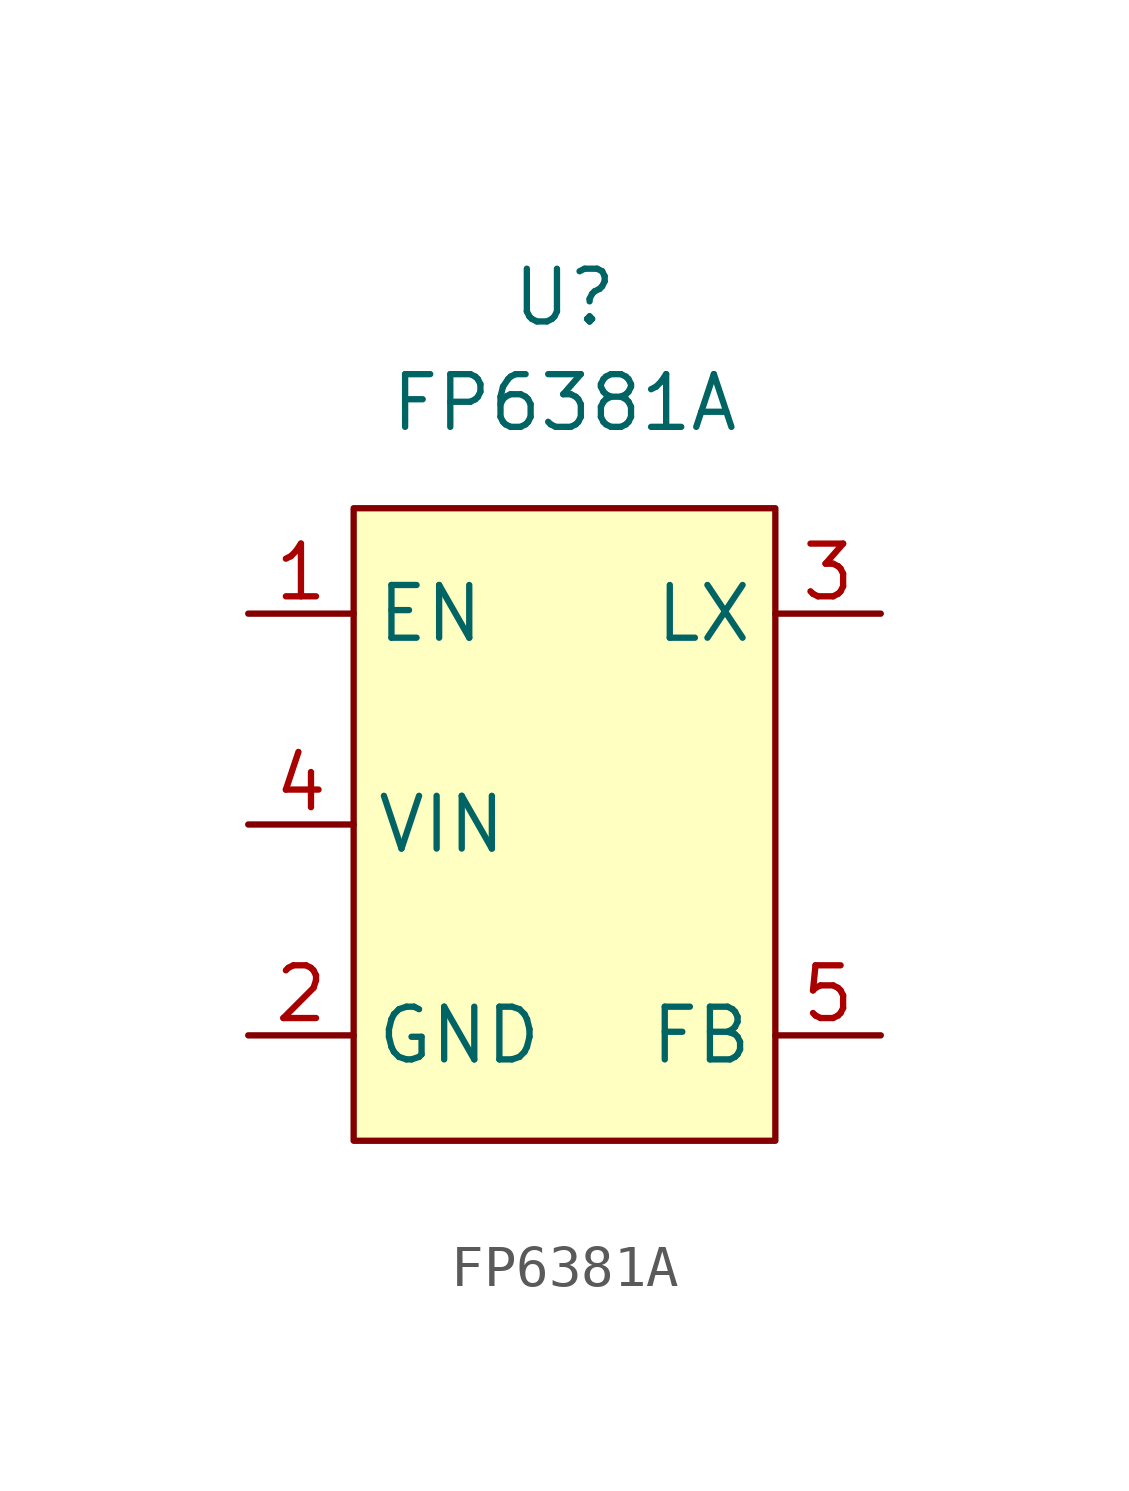
<source format=kicad_sym>
(kicad_symbol_lib
  (version 20211014)
  (generator kicad_symbol_editor)
  (symbol "FP6381A"
    (property "Reference" "U"
      (at 0 12.7 0)
      (effects (font (size 1.27 1.27))))
    (property "Value" "FP6381A"
      (at 0 10.16 0)
      (effects (font (size 1.27 1.27))))
    (symbol "FP6381A_0_0"
      (pin input line (at -7.62 5.08 0) (length 2.54) (name "EN" (effects (font (size 1.27 1.27)))) (number "1" (effects (font (size 1.27 1.27)))))
      (pin passive line (at -7.62 -5.08 0) (length 2.54) (name "GND" (effects (font (size 1.27 1.27)))) (number "2" (effects (font (size 1.27 1.27)))))
      (pin power_out line (at 7.62 5.08 180) (length 2.54) (name "LX" (effects (font (size 1.27 1.27)))) (number "3" (effects (font (size 1.27 1.27)))))
      (pin power_in line (at -7.62 0 0) (length 2.54) (name "VIN" (effects (font (size 1.27 1.27)))) (number "4" (effects (font (size 1.27 1.27)))))
      (pin input line (at 7.62 -5.08 180) (length 2.54) (name "FB" (effects (font (size 1.27 1.27)))) (number "5" (effects (font (size 1.27 1.27))))))
    (symbol "FP6381A_0_1"
      (rectangle (start -5.08 7.62) (end 5.08 -7.62) (stroke (width 0.152) (type default) (color 0 0 0 0)) (fill (type background))))))
</source>
